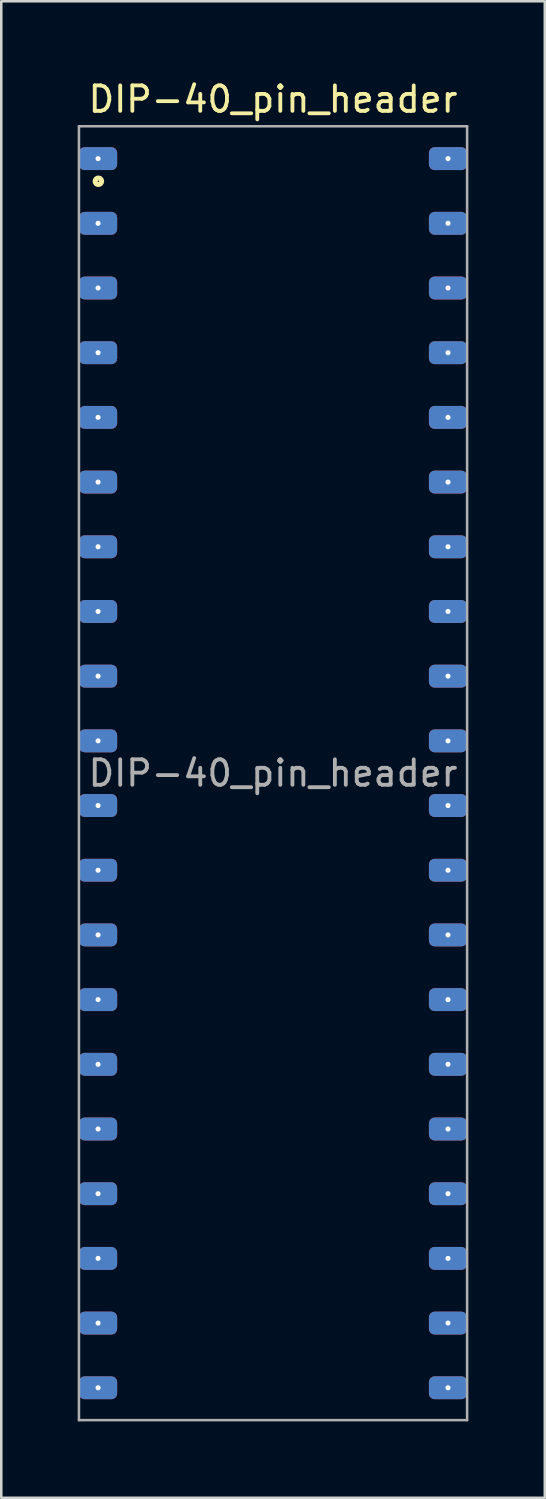
<source format=kicad_pcb>
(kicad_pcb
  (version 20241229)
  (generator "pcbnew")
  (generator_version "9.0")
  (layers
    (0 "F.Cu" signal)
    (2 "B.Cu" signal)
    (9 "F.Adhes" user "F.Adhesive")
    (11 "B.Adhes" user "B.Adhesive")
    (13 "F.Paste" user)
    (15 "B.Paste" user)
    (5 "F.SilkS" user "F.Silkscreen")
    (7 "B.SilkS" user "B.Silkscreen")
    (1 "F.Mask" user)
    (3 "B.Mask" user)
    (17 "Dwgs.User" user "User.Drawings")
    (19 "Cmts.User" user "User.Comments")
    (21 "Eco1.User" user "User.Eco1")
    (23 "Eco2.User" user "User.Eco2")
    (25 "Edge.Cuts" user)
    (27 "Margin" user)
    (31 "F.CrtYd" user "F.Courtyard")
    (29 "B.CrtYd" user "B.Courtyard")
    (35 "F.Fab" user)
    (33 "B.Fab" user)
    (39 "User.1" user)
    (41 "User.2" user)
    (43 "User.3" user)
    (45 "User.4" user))
  (footprint "DIP-40_pin_header"
    (layer "F.Cu")
    (at 7.67 27.308)
    (property "Reference" "DIP-40_pin_header" (at 0 -26.46 0) (layer "F.SilkS") (effects (font (size 1 1) (thickness 0.15))))
    (attr smd)
    (fp_circle (center -6.858 -23.241) (end -6.731 -23.241) (stroke (width 0.2) (type solid)) (fill no) (layer "F.SilkS"))
    (fp_line (start -7.62 -25.4) (end -7.62 25.4) (stroke (width 0.1) (type solid)) (layer "F.Fab"))
    (fp_line (start -7.62 25.4) (end 7.62 25.4) (stroke (width 0.1) (type solid)) (layer "F.Fab"))
    (fp_line (start 7.62 -25.4) (end -7.62 -25.4) (stroke (width 0.1) (type solid)) (layer "F.Fab"))
    (fp_line (start 7.62 25.4) (end 7.62 -25.4) (stroke (width 0.1) (type solid)) (layer "F.Fab"))
    (fp_text user "${REFERENCE}" (at 0 0 0) (layer "F.Fab") (effects (font (size 1 1) (thickness 0.15))))
    (pad "1" thru_hole circle (at -6.87 -24.13) (size 0.4 0.4) (drill 0.2) (layers "*.Cu" "*.Mask") (remove_unused_layers yes) (keep_end_layers yes) (zone_layer_connections))
    (pad "1" smd roundrect (at -6.87 -24.13) (size 1.5 0.9) (layers "F.Cu" "F.Mask" "F.Paste") (roundrect_rratio 0.25))
    (pad "1" smd roundrect (at -6.87 -24.13) (size 1.5 0.9) (layers "B.Cu" "B.Mask" "B.Paste") (roundrect_rratio 0.25))
    (pad "2" thru_hole circle (at -6.87 -21.59) (size 0.4 0.4) (drill 0.2) (layers "*.Cu" "*.Mask") (remove_unused_layers yes) (keep_end_layers yes) (zone_layer_connections))
    (pad "2" smd roundrect (at -6.87 -21.59) (size 1.5 0.9) (layers "F.Cu" "F.Mask" "F.Paste") (roundrect_rratio 0.25))
    (pad "2" smd roundrect (at -6.87 -21.59) (size 1.5 0.9) (layers "B.Cu" "B.Mask" "B.Paste") (roundrect_rratio 0.25))
    (pad "3" thru_hole circle (at -6.87 -19.05) (size 0.4 0.4) (drill 0.2) (layers "*.Cu" "*.Mask") (remove_unused_layers yes) (keep_end_layers yes) (zone_layer_connections))
    (pad "3" smd roundrect (at -6.87 -19.05) (size 1.5 0.9) (layers "F.Cu" "F.Mask" "F.Paste") (roundrect_rratio 0.25))
    (pad "3" smd roundrect (at -6.87 -19.05) (size 1.5 0.9) (layers "B.Cu" "B.Mask" "B.Paste") (roundrect_rratio 0.25))
    (pad "4" thru_hole circle (at -6.87 -16.51) (size 0.4 0.4) (drill 0.2) (layers "*.Cu" "*.Mask") (remove_unused_layers yes) (keep_end_layers yes) (zone_layer_connections))
    (pad "4" smd roundrect (at -6.87 -16.51) (size 1.5 0.9) (layers "F.Cu" "F.Mask" "F.Paste") (roundrect_rratio 0.25))
    (pad "4" smd roundrect (at -6.87 -16.51) (size 1.5 0.9) (layers "B.Cu" "B.Mask" "B.Paste") (roundrect_rratio 0.25))
    (pad "5" thru_hole circle (at -6.87 -13.97) (size 0.4 0.4) (drill 0.2) (layers "*.Cu" "*.Mask") (remove_unused_layers yes) (keep_end_layers yes) (zone_layer_connections))
    (pad "5" smd roundrect (at -6.87 -13.97) (size 1.5 0.9) (layers "F.Cu" "F.Mask" "F.Paste") (roundrect_rratio 0.25))
    (pad "5" smd roundrect (at -6.87 -13.97) (size 1.5 0.9) (layers "B.Cu" "B.Mask" "B.Paste") (roundrect_rratio 0.25))
    (pad "6" thru_hole circle (at -6.87 -11.43) (size 0.4 0.4) (drill 0.2) (layers "*.Cu" "*.Mask") (remove_unused_layers yes) (keep_end_layers yes) (zone_layer_connections))
    (pad "6" smd roundrect (at -6.87 -11.43) (size 1.5 0.9) (layers "F.Cu" "F.Mask" "F.Paste") (roundrect_rratio 0.25))
    (pad "6" smd roundrect (at -6.87 -11.43) (size 1.5 0.9) (layers "B.Cu" "B.Mask" "B.Paste") (roundrect_rratio 0.25))
    (pad "7" thru_hole circle (at -6.87 -8.89) (size 0.4 0.4) (drill 0.2) (layers "*.Cu" "*.Mask") (remove_unused_layers yes) (keep_end_layers yes) (zone_layer_connections))
    (pad "7" smd roundrect (at -6.87 -8.89) (size 1.5 0.9) (layers "F.Cu" "F.Mask" "F.Paste") (roundrect_rratio 0.25))
    (pad "7" smd roundrect (at -6.87 -8.89) (size 1.5 0.9) (layers "B.Cu" "B.Mask" "B.Paste") (roundrect_rratio 0.25))
    (pad "8" thru_hole circle (at -6.87 -6.35) (size 0.4 0.4) (drill 0.2) (layers "*.Cu" "*.Mask") (remove_unused_layers yes) (keep_end_layers yes) (zone_layer_connections))
    (pad "8" smd roundrect (at -6.87 -6.35) (size 1.5 0.9) (layers "F.Cu" "F.Mask" "F.Paste") (roundrect_rratio 0.25))
    (pad "8" smd roundrect (at -6.87 -6.35) (size 1.5 0.9) (layers "B.Cu" "B.Mask" "B.Paste") (roundrect_rratio 0.25))
    (pad "9" thru_hole circle (at -6.87 -3.81) (size 0.4 0.4) (drill 0.2) (layers "*.Cu" "*.Mask") (remove_unused_layers yes) (keep_end_layers yes) (zone_layer_connections))
    (pad "9" smd roundrect (at -6.87 -3.81) (size 1.5 0.9) (layers "F.Cu" "F.Mask" "F.Paste") (roundrect_rratio 0.25))
    (pad "9" smd roundrect (at -6.87 -3.81) (size 1.5 0.9) (layers "B.Cu" "B.Mask" "B.Paste") (roundrect_rratio 0.25))
    (pad "10" thru_hole circle (at -6.87 -1.27) (size 0.4 0.4) (drill 0.2) (layers "*.Cu" "*.Mask") (remove_unused_layers yes) (keep_end_layers yes) (zone_layer_connections))
    (pad "10" smd roundrect (at -6.87 -1.27) (size 1.5 0.9) (layers "F.Cu" "F.Mask" "F.Paste") (roundrect_rratio 0.25))
    (pad "10" smd roundrect (at -6.87 -1.27) (size 1.5 0.9) (layers "B.Cu" "B.Mask" "B.Paste") (roundrect_rratio 0.25))
    (pad "11" thru_hole circle (at -6.87 1.27) (size 0.4 0.4) (drill 0.2) (layers "*.Cu" "*.Mask") (remove_unused_layers yes) (keep_end_layers yes) (zone_layer_connections))
    (pad "11" smd roundrect (at -6.87 1.27) (size 1.5 0.9) (layers "F.Cu" "F.Mask" "F.Paste") (roundrect_rratio 0.25))
    (pad "11" smd roundrect (at -6.87 1.27) (size 1.5 0.9) (layers "B.Cu" "B.Mask" "B.Paste") (roundrect_rratio 0.25))
    (pad "12" thru_hole circle (at -6.87 3.81) (size 0.4 0.4) (drill 0.2) (layers "*.Cu" "*.Mask") (remove_unused_layers yes) (keep_end_layers yes) (zone_layer_connections))
    (pad "12" smd roundrect (at -6.87 3.81) (size 1.5 0.9) (layers "F.Cu" "F.Mask" "F.Paste") (roundrect_rratio 0.25))
    (pad "12" smd roundrect (at -6.87 3.81) (size 1.5 0.9) (layers "B.Cu" "B.Mask" "B.Paste") (roundrect_rratio 0.25))
    (pad "13" thru_hole circle (at -6.87 6.35) (size 0.4 0.4) (drill 0.2) (layers "*.Cu" "*.Mask") (remove_unused_layers yes) (keep_end_layers yes) (zone_layer_connections))
    (pad "13" smd roundrect (at -6.87 6.35) (size 1.5 0.9) (layers "F.Cu" "F.Mask" "F.Paste") (roundrect_rratio 0.25))
    (pad "13" smd roundrect (at -6.87 6.35) (size 1.5 0.9) (layers "B.Cu" "B.Mask" "B.Paste") (roundrect_rratio 0.25))
    (pad "14" thru_hole circle (at -6.87 8.89) (size 0.4 0.4) (drill 0.2) (layers "*.Cu" "*.Mask") (remove_unused_layers yes) (keep_end_layers yes) (zone_layer_connections))
    (pad "14" smd roundrect (at -6.87 8.89) (size 1.5 0.9) (layers "F.Cu" "F.Mask" "F.Paste") (roundrect_rratio 0.25))
    (pad "14" smd roundrect (at -6.87 8.89) (size 1.5 0.9) (layers "B.Cu" "B.Mask" "B.Paste") (roundrect_rratio 0.25))
    (pad "15" thru_hole circle (at -6.87 11.43) (size 0.4 0.4) (drill 0.2) (layers "*.Cu" "*.Mask") (remove_unused_layers yes) (keep_end_layers yes) (zone_layer_connections))
    (pad "15" smd roundrect (at -6.87 11.43) (size 1.5 0.9) (layers "F.Cu" "F.Mask" "F.Paste") (roundrect_rratio 0.25))
    (pad "15" smd roundrect (at -6.87 11.43) (size 1.5 0.9) (layers "B.Cu" "B.Mask" "B.Paste") (roundrect_rratio 0.25))
    (pad "16" thru_hole circle (at -6.87 13.97) (size 0.4 0.4) (drill 0.2) (layers "*.Cu" "*.Mask") (remove_unused_layers yes) (keep_end_layers yes) (zone_layer_connections))
    (pad "16" smd roundrect (at -6.87 13.97) (size 1.5 0.9) (layers "F.Cu" "F.Mask" "F.Paste") (roundrect_rratio 0.25))
    (pad "16" smd roundrect (at -6.87 13.97) (size 1.5 0.9) (layers "B.Cu" "B.Mask" "B.Paste") (roundrect_rratio 0.25))
    (pad "17" thru_hole circle (at -6.87 16.51) (size 0.4 0.4) (drill 0.2) (layers "*.Cu" "*.Mask") (remove_unused_layers yes) (keep_end_layers yes) (zone_layer_connections))
    (pad "17" smd roundrect (at -6.87 16.51) (size 1.5 0.9) (layers "F.Cu" "F.Mask" "F.Paste") (roundrect_rratio 0.25))
    (pad "17" smd roundrect (at -6.87 16.51) (size 1.5 0.9) (layers "B.Cu" "B.Mask" "B.Paste") (roundrect_rratio 0.25))
    (pad "18" thru_hole circle (at -6.87 19.05) (size 0.4 0.4) (drill 0.2) (layers "*.Cu" "*.Mask") (remove_unused_layers yes) (keep_end_layers yes) (zone_layer_connections))
    (pad "18" smd roundrect (at -6.87 19.05) (size 1.5 0.9) (layers "F.Cu" "F.Mask" "F.Paste") (roundrect_rratio 0.25))
    (pad "18" smd roundrect (at -6.87 19.05) (size 1.5 0.9) (layers "B.Cu" "B.Mask" "B.Paste") (roundrect_rratio 0.25))
    (pad "19" thru_hole circle (at -6.87 21.59) (size 0.4 0.4) (drill 0.2) (layers "*.Cu" "*.Mask") (remove_unused_layers yes) (keep_end_layers yes) (zone_layer_connections))
    (pad "19" smd roundrect (at -6.87 21.59) (size 1.5 0.9) (layers "F.Cu" "F.Mask" "F.Paste") (roundrect_rratio 0.25))
    (pad "19" smd roundrect (at -6.87 21.59) (size 1.5 0.9) (layers "B.Cu" "B.Mask" "B.Paste") (roundrect_rratio 0.25))
    (pad "20" thru_hole circle (at -6.87 24.13) (size 0.4 0.4) (drill 0.2) (layers "*.Cu" "*.Mask") (remove_unused_layers yes) (keep_end_layers yes) (zone_layer_connections))
    (pad "20" smd roundrect (at -6.87 24.13) (size 1.5 0.9) (layers "F.Cu" "F.Mask" "F.Paste") (roundrect_rratio 0.25))
    (pad "20" smd roundrect (at -6.87 24.13) (size 1.5 0.9) (layers "B.Cu" "B.Mask" "B.Paste") (roundrect_rratio 0.25))
    (pad "21" thru_hole circle (at 6.87 24.13) (size 0.4 0.4) (drill 0.2) (layers "*.Cu" "*.Mask") (remove_unused_layers yes) (keep_end_layers yes) (zone_layer_connections))
    (pad "21" smd roundrect (at 6.87 24.13) (size 1.5 0.9) (layers "F.Cu" "F.Mask" "F.Paste") (roundrect_rratio 0.25))
    (pad "21" smd roundrect (at 6.87 24.13) (size 1.5 0.9) (layers "B.Cu" "B.Mask" "B.Paste") (roundrect_rratio 0.25))
    (pad "22" thru_hole circle (at 6.87 21.59) (size 0.4 0.4) (drill 0.2) (layers "*.Cu" "*.Mask") (remove_unused_layers yes) (keep_end_layers yes) (zone_layer_connections))
    (pad "22" smd roundrect (at 6.87 21.59) (size 1.5 0.9) (layers "F.Cu" "F.Mask" "F.Paste") (roundrect_rratio 0.25))
    (pad "22" smd roundrect (at 6.87 21.59) (size 1.5 0.9) (layers "B.Cu" "B.Mask" "B.Paste") (roundrect_rratio 0.25))
    (pad "23" thru_hole circle (at 6.87 19.05) (size 0.4 0.4) (drill 0.2) (layers "*.Cu" "*.Mask") (remove_unused_layers yes) (keep_end_layers yes) (zone_layer_connections))
    (pad "23" smd roundrect (at 6.87 19.05) (size 1.5 0.9) (layers "F.Cu" "F.Mask" "F.Paste") (roundrect_rratio 0.25))
    (pad "23" smd roundrect (at 6.87 19.05) (size 1.5 0.9) (layers "B.Cu" "B.Mask" "B.Paste") (roundrect_rratio 0.25))
    (pad "24" thru_hole circle (at 6.87 16.51) (size 0.4 0.4) (drill 0.2) (layers "*.Cu" "*.Mask") (remove_unused_layers yes) (keep_end_layers yes) (zone_layer_connections))
    (pad "24" smd roundrect (at 6.87 16.51) (size 1.5 0.9) (layers "F.Cu" "F.Mask" "F.Paste") (roundrect_rratio 0.25))
    (pad "24" smd roundrect (at 6.87 16.51) (size 1.5 0.9) (layers "B.Cu" "B.Mask" "B.Paste") (roundrect_rratio 0.25))
    (pad "25" thru_hole circle (at 6.87 13.97) (size 0.4 0.4) (drill 0.2) (layers "*.Cu" "*.Mask") (remove_unused_layers yes) (keep_end_layers yes) (zone_layer_connections))
    (pad "25" smd roundrect (at 6.87 13.97) (size 1.5 0.9) (layers "F.Cu" "F.Mask" "F.Paste") (roundrect_rratio 0.25))
    (pad "25" smd roundrect (at 6.87 13.97) (size 1.5 0.9) (layers "B.Cu" "B.Mask" "B.Paste") (roundrect_rratio 0.25))
    (pad "26" thru_hole circle (at 6.87 11.43) (size 0.4 0.4) (drill 0.2) (layers "*.Cu" "*.Mask") (remove_unused_layers yes) (keep_end_layers yes) (zone_layer_connections))
    (pad "26" smd roundrect (at 6.87 11.43) (size 1.5 0.9) (layers "F.Cu" "F.Mask" "F.Paste") (roundrect_rratio 0.25))
    (pad "26" smd roundrect (at 6.87 11.43) (size 1.5 0.9) (layers "B.Cu" "B.Mask" "B.Paste") (roundrect_rratio 0.25))
    (pad "27" thru_hole circle (at 6.87 8.89) (size 0.4 0.4) (drill 0.2) (layers "*.Cu" "*.Mask") (remove_unused_layers yes) (keep_end_layers yes) (zone_layer_connections))
    (pad "27" smd roundrect (at 6.87 8.89) (size 1.5 0.9) (layers "F.Cu" "F.Mask" "F.Paste") (roundrect_rratio 0.25))
    (pad "27" smd roundrect (at 6.87 8.89) (size 1.5 0.9) (layers "B.Cu" "B.Mask" "B.Paste") (roundrect_rratio 0.25))
    (pad "28" thru_hole circle (at 6.87 6.35) (size 0.4 0.4) (drill 0.2) (layers "*.Cu" "*.Mask") (remove_unused_layers yes) (keep_end_layers yes) (zone_layer_connections))
    (pad "28" smd roundrect (at 6.87 6.35) (size 1.5 0.9) (layers "F.Cu" "F.Mask" "F.Paste") (roundrect_rratio 0.25))
    (pad "28" smd roundrect (at 6.87 6.35) (size 1.5 0.9) (layers "B.Cu" "B.Mask" "B.Paste") (roundrect_rratio 0.25))
    (pad "29" thru_hole circle (at 6.87 3.81) (size 0.4 0.4) (drill 0.2) (layers "*.Cu" "*.Mask") (remove_unused_layers yes) (keep_end_layers yes) (zone_layer_connections))
    (pad "29" smd roundrect (at 6.87 3.81) (size 1.5 0.9) (layers "F.Cu" "F.Mask" "F.Paste") (roundrect_rratio 0.25))
    (pad "29" smd roundrect (at 6.87 3.81) (size 1.5 0.9) (layers "B.Cu" "B.Mask" "B.Paste") (roundrect_rratio 0.25))
    (pad "30" thru_hole circle (at 6.87 1.27) (size 0.4 0.4) (drill 0.2) (layers "*.Cu" "*.Mask") (remove_unused_layers yes) (keep_end_layers yes) (zone_layer_connections))
    (pad "30" smd roundrect (at 6.87 1.27) (size 1.5 0.9) (layers "F.Cu" "F.Mask" "F.Paste") (roundrect_rratio 0.25))
    (pad "30" smd roundrect (at 6.87 1.27) (size 1.5 0.9) (layers "B.Cu" "B.Mask" "B.Paste") (roundrect_rratio 0.25))
    (pad "31" thru_hole circle (at 6.87 -1.27) (size 0.4 0.4) (drill 0.2) (layers "*.Cu" "*.Mask") (remove_unused_layers yes) (keep_end_layers yes) (zone_layer_connections))
    (pad "31" smd roundrect (at 6.87 -1.27) (size 1.5 0.9) (layers "F.Cu" "F.Mask" "F.Paste") (roundrect_rratio 0.25))
    (pad "31" smd roundrect (at 6.87 -1.27) (size 1.5 0.9) (layers "B.Cu" "B.Mask" "B.Paste") (roundrect_rratio 0.25))
    (pad "32" thru_hole circle (at 6.87 -3.81) (size 0.4 0.4) (drill 0.2) (layers "*.Cu" "*.Mask") (remove_unused_layers yes) (keep_end_layers yes) (zone_layer_connections))
    (pad "32" smd roundrect (at 6.87 -3.81) (size 1.5 0.9) (layers "F.Cu" "F.Mask" "F.Paste") (roundrect_rratio 0.25))
    (pad "32" smd roundrect (at 6.87 -3.81) (size 1.5 0.9) (layers "B.Cu" "B.Mask" "B.Paste") (roundrect_rratio 0.25))
    (pad "33" thru_hole circle (at 6.87 -6.35) (size 0.4 0.4) (drill 0.2) (layers "*.Cu" "*.Mask") (remove_unused_layers yes) (keep_end_layers yes) (zone_layer_connections))
    (pad "33" smd roundrect (at 6.87 -6.35) (size 1.5 0.9) (layers "F.Cu" "F.Mask" "F.Paste") (roundrect_rratio 0.25))
    (pad "33" smd roundrect (at 6.87 -6.35) (size 1.5 0.9) (layers "B.Cu" "B.Mask" "B.Paste") (roundrect_rratio 0.25))
    (pad "34" thru_hole circle (at 6.87 -8.89) (size 0.4 0.4) (drill 0.2) (layers "*.Cu" "*.Mask") (remove_unused_layers yes) (keep_end_layers yes) (zone_layer_connections))
    (pad "34" smd roundrect (at 6.87 -8.89) (size 1.5 0.9) (layers "F.Cu" "F.Mask" "F.Paste") (roundrect_rratio 0.25))
    (pad "34" smd roundrect (at 6.87 -8.89) (size 1.5 0.9) (layers "B.Cu" "B.Mask" "B.Paste") (roundrect_rratio 0.25))
    (pad "35" thru_hole circle (at 6.87 -11.43) (size 0.4 0.4) (drill 0.2) (layers "*.Cu" "*.Mask") (remove_unused_layers yes) (keep_end_layers yes) (zone_layer_connections))
    (pad "35" smd roundrect (at 6.87 -11.43) (size 1.5 0.9) (layers "F.Cu" "F.Mask" "F.Paste") (roundrect_rratio 0.25))
    (pad "35" smd roundrect (at 6.87 -11.43) (size 1.5 0.9) (layers "B.Cu" "B.Mask" "B.Paste") (roundrect_rratio 0.25))
    (pad "36" thru_hole circle (at 6.87 -13.97) (size 0.4 0.4) (drill 0.2) (layers "*.Cu" "*.Mask") (remove_unused_layers yes) (keep_end_layers yes) (zone_layer_connections))
    (pad "36" smd roundrect (at 6.87 -13.97) (size 1.5 0.9) (layers "F.Cu" "F.Mask" "F.Paste") (roundrect_rratio 0.25))
    (pad "36" smd roundrect (at 6.87 -13.97) (size 1.5 0.9) (layers "B.Cu" "B.Mask" "B.Paste") (roundrect_rratio 0.25))
    (pad "37" thru_hole circle (at 6.87 -16.51) (size 0.4 0.4) (drill 0.2) (layers "*.Cu" "*.Mask") (remove_unused_layers yes) (keep_end_layers yes) (zone_layer_connections))
    (pad "37" smd roundrect (at 6.87 -16.51) (size 1.5 0.9) (layers "F.Cu" "F.Mask" "F.Paste") (roundrect_rratio 0.25))
    (pad "37" smd roundrect (at 6.87 -16.51) (size 1.5 0.9) (layers "B.Cu" "B.Mask" "B.Paste") (roundrect_rratio 0.25))
    (pad "38" thru_hole circle (at 6.87 -19.05) (size 0.4 0.4) (drill 0.2) (layers "*.Cu" "*.Mask") (remove_unused_layers yes) (keep_end_layers yes) (zone_layer_connections))
    (pad "38" smd roundrect (at 6.87 -19.05) (size 1.5 0.9) (layers "F.Cu" "F.Mask" "F.Paste") (roundrect_rratio 0.25))
    (pad "38" smd roundrect (at 6.87 -19.05) (size 1.5 0.9) (layers "B.Cu" "B.Mask" "B.Paste") (roundrect_rratio 0.25))
    (pad "39" thru_hole circle (at 6.87 -21.59) (size 0.4 0.4) (drill 0.2) (layers "*.Cu" "*.Mask") (remove_unused_layers yes) (keep_end_layers yes) (zone_layer_connections))
    (pad "39" smd roundrect (at 6.87 -21.59) (size 1.5 0.9) (layers "F.Cu" "F.Mask" "F.Paste") (roundrect_rratio 0.25))
    (pad "39" smd roundrect (at 6.87 -21.59) (size 1.5 0.9) (layers "B.Cu" "B.Mask" "B.Paste") (roundrect_rratio 0.25))
    (pad "40" thru_hole circle (at 6.87 -24.13) (size 0.4 0.4) (drill 0.2) (layers "*.Cu" "*.Mask") (remove_unused_layers yes) (keep_end_layers yes) (zone_layer_connections))
    (pad "40" smd roundrect (at 6.87 -24.13) (size 1.5 0.9) (layers "F.Cu" "F.Mask" "F.Paste") (roundrect_rratio 0.25))
    (pad "40" smd roundrect (at 6.87 -24.13) (size 1.5 0.9) (layers "B.Cu" "B.Mask" "B.Paste") (roundrect_rratio 0.25)))
  (gr_rect
    (start -3 -3)
    (end 18.34 55.758)
    (stroke (width 0.1) (type default))
    (fill no)
    (layer "Edge.Cuts")))
</source>
